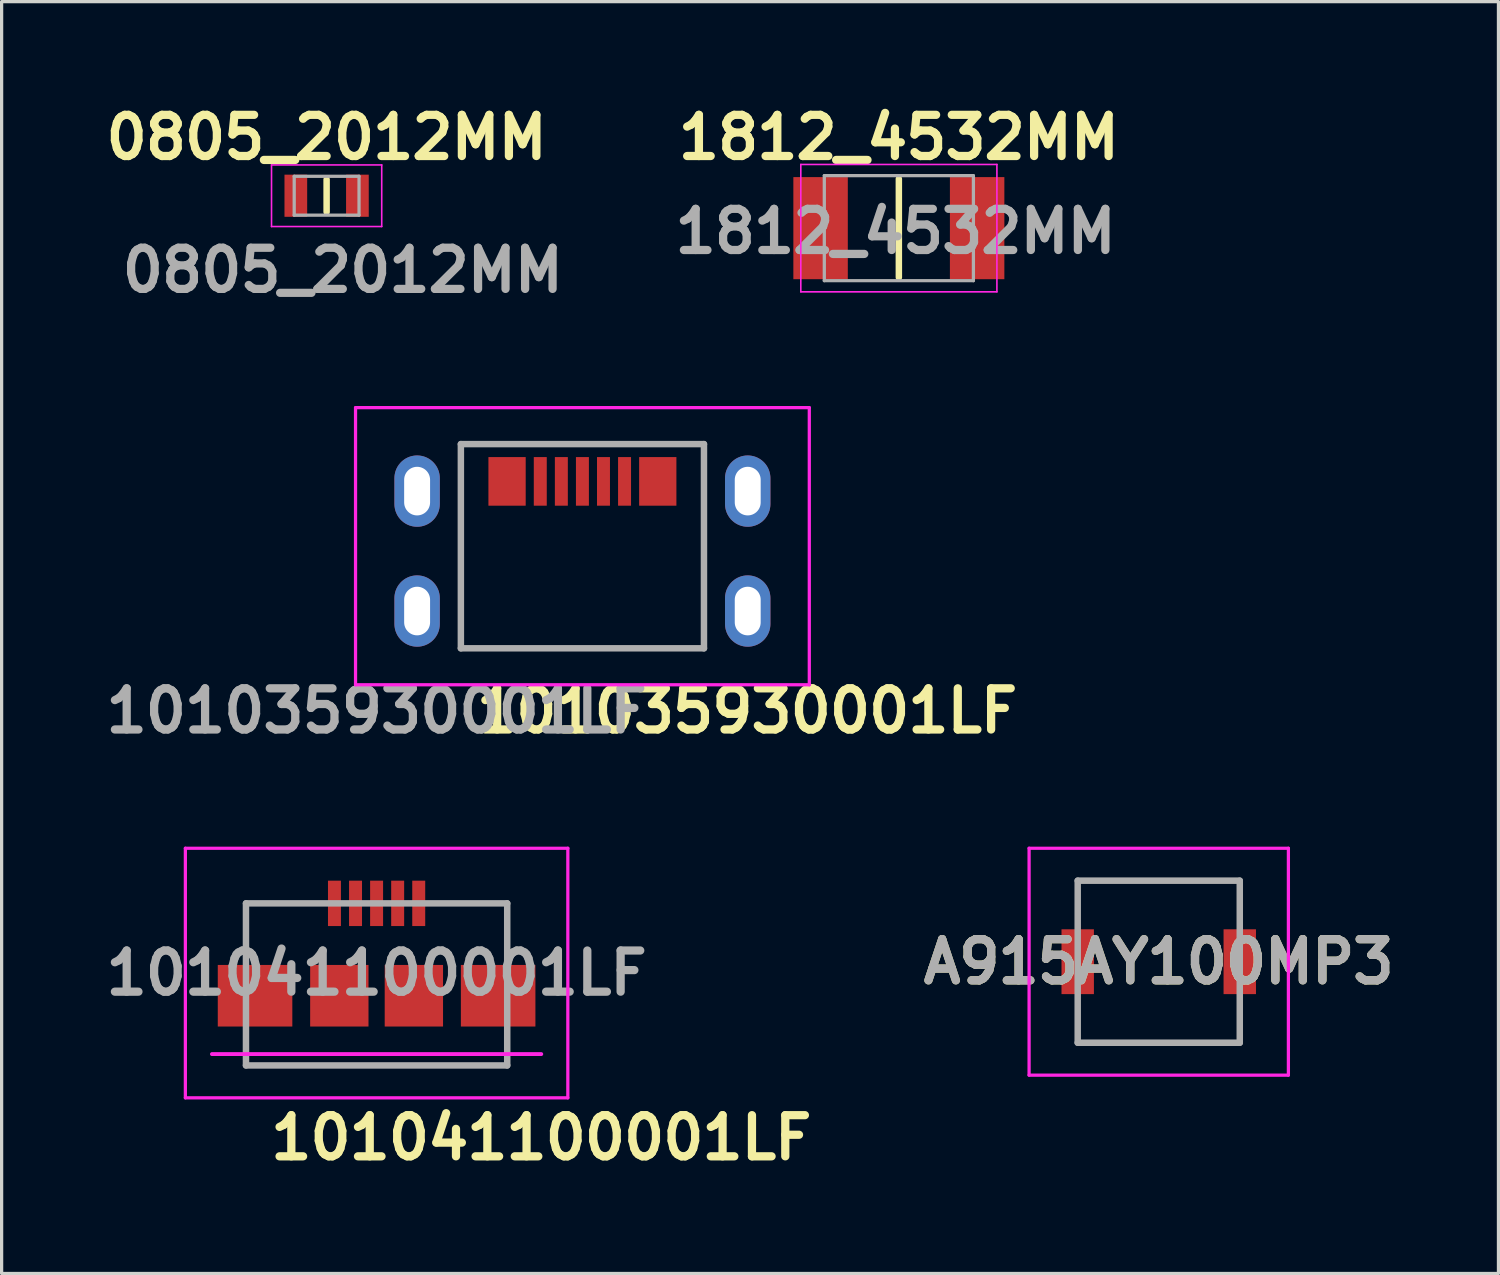
<source format=kicad_pcb>
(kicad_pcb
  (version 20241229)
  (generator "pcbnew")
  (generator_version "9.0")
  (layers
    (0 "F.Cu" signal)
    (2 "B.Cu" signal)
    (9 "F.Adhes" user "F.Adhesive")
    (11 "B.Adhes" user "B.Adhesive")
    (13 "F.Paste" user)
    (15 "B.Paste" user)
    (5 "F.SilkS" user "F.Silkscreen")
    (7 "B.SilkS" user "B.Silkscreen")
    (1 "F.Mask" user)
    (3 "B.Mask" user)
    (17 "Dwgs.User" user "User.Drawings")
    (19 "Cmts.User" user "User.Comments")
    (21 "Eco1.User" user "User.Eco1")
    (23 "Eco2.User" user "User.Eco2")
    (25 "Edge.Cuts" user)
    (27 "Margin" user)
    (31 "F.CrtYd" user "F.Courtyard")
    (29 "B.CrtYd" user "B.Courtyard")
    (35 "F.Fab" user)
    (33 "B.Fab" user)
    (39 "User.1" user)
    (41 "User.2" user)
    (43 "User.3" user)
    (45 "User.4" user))
  (footprint "0805_2012MM"
    (layer "F.Cu")
    (at 7.027 2.989)
    (property "Reference" "0805_2012MM" (at 0 -1.8 0) (layer "F.SilkS") (effects (font (size 1.27 1.27) (thickness 0.254))))
    (attr smd)
    (fp_line (start 0 -0.5) (end 0 0.5) (stroke (width 0.2) (type solid)) (layer "F.SilkS"))
    (fp_line (start -1.7 -0.95) (end 1.7 -0.95) (stroke (width 0.05) (type solid)) (layer "F.CrtYd"))
    (fp_line (start -1.7 0.95) (end -1.7 -0.95) (stroke (width 0.05) (type solid)) (layer "F.CrtYd"))
    (fp_line (start 1.7 -0.95) (end 1.7 0.95) (stroke (width 0.05) (type solid)) (layer "F.CrtYd"))
    (fp_line (start 1.7 0.95) (end -1.7 0.95) (stroke (width 0.05) (type solid)) (layer "F.CrtYd"))
    (fp_line (start -1 -0.6) (end 1 -0.6) (stroke (width 0.1) (type solid)) (layer "F.Fab"))
    (fp_line (start -1 0.6) (end -1 -0.6) (stroke (width 0.1) (type solid)) (layer "F.Fab"))
    (fp_line (start 1 -0.6) (end 1 0.6) (stroke (width 0.1) (type solid)) (layer "F.Fab"))
    (fp_line (start 1 0.6) (end -1 0.6) (stroke (width 0.1) (type solid)) (layer "F.Fab"))
    (fp_text user "${REFERENCE}" (at 0.5 2.3 0) (layer "F.Fab") (effects (font (size 1.27 1.27) (thickness 0.254))))
    (pad "1" smd rect (at -0.95 0) (size 0.7 1.3) (layers "F.Cu" "F.Mask" "F.Paste"))
    (pad "2" smd rect (at 0.95 0) (size 0.7 1.3) (layers "F.Cu" "F.Mask" "F.Paste")))
  (footprint "1812_4532MM"
    (layer "F.Cu")
    (at 24.682 3.989)
    (property "Reference" "1812_4532MM" (at 0 -2.8 0) (layer "F.SilkS") (effects (font (size 1.27 1.27) (thickness 0.254))))
    (attr smd)
    (fp_line (start 0 -1.52) (end 0 1.52) (stroke (width 0.2) (type solid)) (layer "F.SilkS"))
    (fp_line (start -3.025 -1.965) (end 3.025 -1.965) (stroke (width 0.05) (type solid)) (layer "F.CrtYd"))
    (fp_line (start -3.025 1.965) (end -3.025 -1.965) (stroke (width 0.05) (type solid)) (layer "F.CrtYd"))
    (fp_line (start 3.025 -1.965) (end 3.025 1.965) (stroke (width 0.05) (type solid)) (layer "F.CrtYd"))
    (fp_line (start 3.025 1.965) (end -3.025 1.965) (stroke (width 0.05) (type solid)) (layer "F.CrtYd"))
    (fp_line (start -2.3 -1.62) (end 2.3 -1.62) (stroke (width 0.1) (type solid)) (layer "F.Fab"))
    (fp_line (start -2.3 1.62) (end -2.3 -1.62) (stroke (width 0.1) (type solid)) (layer "F.Fab"))
    (fp_line (start 2.3 -1.62) (end 2.3 1.62) (stroke (width 0.1) (type solid)) (layer "F.Fab"))
    (fp_line (start 2.3 1.62) (end -2.3 1.62) (stroke (width 0.1) (type solid)) (layer "F.Fab"))
    (fp_text user "${REFERENCE}" (at -0.1 0.1 0) (layer "F.Fab") (effects (font (size 1.27 1.27) (thickness 0.254))))
    (pad "1" smd rect (at -2.415 0) (size 1.68 3.15) (layers "F.Cu" "F.Mask" "F.Paste"))
    (pad "2" smd rect (at 2.415 0) (size 1.68 3.15) (layers "F.Cu" "F.Mask" "F.Paste")))
  (footprint "101041100001LF"
    (layer "F.Cu")
    (at 8.569 26.971)
    (property "Reference" "101041100001LF" (at 5.08 5.08 0) (layer "F.SilkS") (effects (font (size 1.27 1.27) (thickness 0.254))))
    (attr smd)
    (fp_line (start -4.03 -2.15) (end -2 -2.15) (stroke (width 0.1) (type solid)) (layer "F.SilkS"))
    (fp_line (start -4.03 -0.65) (end -4.03 -2.15) (stroke (width 0.1) (type solid)) (layer "F.SilkS"))
    (fp_line (start -4.03 2.35) (end -4 2.85) (stroke (width 0.1) (type solid)) (layer "F.SilkS"))
    (fp_line (start -4 2.85) (end 4.03 2.85) (stroke (width 0.1) (type solid)) (layer "F.SilkS"))
    (fp_line (start 2 -2.15) (end 4 -2.15) (stroke (width 0.1) (type solid)) (layer "F.SilkS"))
    (fp_line (start 4 -2.15) (end 4.03 -0.65) (stroke (width 0.1) (type solid)) (layer "F.SilkS"))
    (fp_line (start 4.03 2.85) (end 4.03 2.35) (stroke (width 0.1) (type solid)) (layer "F.SilkS"))
    (fp_line (start -5.9 -3.85) (end 5.9 -3.85) (stroke (width 0.1) (type solid)) (layer "F.CrtYd"))
    (fp_line (start -5.9 3.85) (end -5.9 -3.85) (stroke (width 0.1) (type solid)) (layer "F.CrtYd"))
    (fp_line (start -5.08 2.5) (end 5.08 2.5) (stroke (width 0.12) (type solid)) (layer "F.CrtYd"))
    (fp_line (start 5.9 -3.85) (end 5.9 3.85) (stroke (width 0.1) (type solid)) (layer "F.CrtYd"))
    (fp_line (start 5.9 3.85) (end -5.9 3.85) (stroke (width 0.1) (type solid)) (layer "F.CrtYd"))
    (fp_line (start -4.03 -2.15) (end 4.03 -2.15) (stroke (width 0.2) (type solid)) (layer "F.Fab"))
    (fp_line (start -4.03 2.85) (end -4.03 -2.15) (stroke (width 0.2) (type solid)) (layer "F.Fab"))
    (fp_line (start 4.03 -2.15) (end 4.03 2.85) (stroke (width 0.2) (type solid)) (layer "F.Fab"))
    (fp_line (start 4.03 2.85) (end -4.03 2.85) (stroke (width 0.2) (type solid)) (layer "F.Fab"))
    (fp_text user "${REFERENCE}" (at 0 0 0) (layer "F.Fab") (effects (font (size 1.27 1.27) (thickness 0.254))))
    (pad "1" smd rect (at -1.3 -2.15) (size 0.4 1.4) (layers "F.Cu" "F.Mask" "F.Paste"))
    (pad "2" smd rect (at -0.65 -2.15) (size 0.4 1.4) (layers "F.Cu" "F.Mask" "F.Paste"))
    (pad "3" smd rect (at 0 -2.15) (size 0.4 1.4) (layers "F.Cu" "F.Mask" "F.Paste"))
    (pad "4" smd rect (at 0.65 -2.15) (size 0.4 1.4) (layers "F.Cu" "F.Mask" "F.Paste"))
    (pad "5" smd rect (at 1.3 -2.15) (size 0.4 1.4) (layers "F.Cu" "F.Mask" "F.Paste"))
    (pad "MP1" smd rect (at -3.75 0.7 90) (size 1.9 2.3) (layers "F.Cu" "F.Mask" "F.Paste"))
    (pad "MP2" smd rect (at -1.15 0.7) (size 1.8 1.9) (layers "F.Cu" "F.Mask" "F.Paste"))
    (pad "MP3" smd rect (at 1.15 0.7) (size 1.8 1.9) (layers "F.Cu" "F.Mask" "F.Paste"))
    (pad "MP4" smd rect (at 3.75 0.7 90) (size 1.9 2.3) (layers "F.Cu" "F.Mask" "F.Paste")))
  (footprint "A915AY100MP3"
    (layer "F.Cu")
    (at 32.7 26.621)
    (property "Reference" "A915AY100MP3" (at 0 0 0) (layer "F.SilkS") (effects (font (size 1.27 1.27) (thickness 0.254))))
    (attr smd)
    (fp_line (start -2.5 -2.5) (end 2.5 -2.5) (stroke (width 0.1) (type solid)) (layer "F.SilkS"))
    (fp_line (start -2.5 -1.2) (end -2.5 -2.5) (stroke (width 0.1) (type solid)) (layer "F.SilkS"))
    (fp_line (start -2.5 1.2) (end -2.5 2.5) (stroke (width 0.1) (type solid)) (layer "F.SilkS"))
    (fp_line (start -2.5 2.5) (end 2.5 2.5) (stroke (width 0.1) (type solid)) (layer "F.SilkS"))
    (fp_line (start 2.5 -2.5) (end 2.5 -1.2) (stroke (width 0.1) (type solid)) (layer "F.SilkS"))
    (fp_line (start 2.5 2.5) (end 2.5 1.2) (stroke (width 0.1) (type solid)) (layer "F.SilkS"))
    (fp_line (start -4 -3.5) (end 4 -3.5) (stroke (width 0.1) (type solid)) (layer "F.CrtYd"))
    (fp_line (start -4 3.5) (end -4 -3.5) (stroke (width 0.1) (type solid)) (layer "F.CrtYd"))
    (fp_line (start 4 -3.5) (end 4 3.5) (stroke (width 0.1) (type solid)) (layer "F.CrtYd"))
    (fp_line (start 4 3.5) (end -4 3.5) (stroke (width 0.1) (type solid)) (layer "F.CrtYd"))
    (fp_line (start -2.5 -2.5) (end 2.5 -2.5) (stroke (width 0.2) (type solid)) (layer "F.Fab"))
    (fp_line (start -2.5 2.5) (end -2.5 -2.5) (stroke (width 0.2) (type solid)) (layer "F.Fab"))
    (fp_line (start 2.5 -2.5) (end 2.5 2.5) (stroke (width 0.2) (type solid)) (layer "F.Fab"))
    (fp_line (start 2.5 2.5) (end -2.5 2.5) (stroke (width 0.2) (type solid)) (layer "F.Fab"))
    (fp_text user "${REFERENCE}" (at 0 0 0) (layer "F.Fab") (effects (font (size 1.27 1.27) (thickness 0.254))))
    (pad "1" smd rect (at -2.5 0) (size 1 2) (layers "F.Cu" "F.Mask" "F.Paste"))
    (pad "2" smd rect (at 2.5 0) (size 1 2) (layers "F.Cu" "F.Mask" "F.Paste")))
  (footprint "101035930001LF"
    (layer "F.Cu")
    (at 14.919 13.802)
    (property "Reference" "101035930001LF" (at 5.08 5.08 0) (layer "F.SilkS") (effects (font (size 1.27 1.27) (thickness 0.254))))
    (attr through_hole)
    (fp_line (start -3.75 -3.15) (end 3.75 -3.15) (stroke (width 0.1) (type solid)) (layer "F.SilkS"))
    (fp_line (start -3.75 -0.5) (end -3.75 0.5) (stroke (width 0.1) (type solid)) (layer "F.SilkS"))
    (fp_line (start -3.75 3.15) (end 3.75 3.15) (stroke (width 0.1) (type solid)) (layer "F.SilkS"))
    (fp_line (start 3.75 -0.5) (end 3.75 0.5) (stroke (width 0.1) (type solid)) (layer "F.SilkS"))
    (fp_line (start -7 -4.275) (end 7 -4.275) (stroke (width 0.1) (type solid)) (layer "F.CrtYd"))
    (fp_line (start -7 4.275) (end -7 -4.275) (stroke (width 0.1) (type solid)) (layer "F.CrtYd"))
    (fp_line (start 7 -4.275) (end 7 4.275) (stroke (width 0.1) (type solid)) (layer "F.CrtYd"))
    (fp_line (start 7 4.275) (end -7 4.275) (stroke (width 0.1) (type solid)) (layer "F.CrtYd"))
    (fp_line (start -3.75 -3.15) (end 3.75 -3.15) (stroke (width 0.2) (type solid)) (layer "F.Fab"))
    (fp_line (start -3.75 3.15) (end -3.75 -3.15) (stroke (width 0.2) (type solid)) (layer "F.Fab"))
    (fp_line (start 3.75 -3.15) (end 3.75 3.15) (stroke (width 0.2) (type solid)) (layer "F.Fab"))
    (fp_line (start 3.75 3.15) (end -3.75 3.15) (stroke (width 0.2) (type solid)) (layer "F.Fab"))
    (fp_text user "${REFERENCE}" (at -6.35 5.08 0) (layer "F.Fab") (effects (font (size 1.27 1.27) (thickness 0.254))))
    (pad "1" smd rect (at -1.3 -2) (size 0.4 1.5) (layers "F.Cu" "F.Mask" "F.Paste"))
    (pad "2" smd rect (at -0.65 -2) (size 0.4 1.5) (layers "F.Cu" "F.Mask" "F.Paste"))
    (pad "3" smd rect (at 0 -2) (size 0.4 1.5) (layers "F.Cu" "F.Mask" "F.Paste"))
    (pad "4" smd rect (at 0.65 -2) (size 0.4 1.5) (layers "F.Cu" "F.Mask" "F.Paste"))
    (pad "5" smd rect (at 1.3 -2) (size 0.4 1.5) (layers "F.Cu" "F.Mask" "F.Paste"))
    (pad "6" smd rect (at -2.325 -2) (size 1.15 1.5) (layers "F.Cu" "F.Mask" "F.Paste"))
    (pad "7" smd rect (at 2.325 -2) (size 1.15 1.5) (layers "F.Cu" "F.Mask" "F.Paste"))
    (pad "8" thru_hole oval (at -5.1 -1.7) (size 1.4 2.2) (drill oval 0.8 1.5) (layers "*.Cu" "*.Mask"))
    (pad "9" thru_hole oval (at 5.1 -1.7) (size 1.4 2.2) (drill oval 0.8 1.5) (layers "*.Cu" "*.Mask"))
    (pad "10" thru_hole oval (at 5.1 2) (size 1.4 2.2) (drill oval 0.8 1.5) (layers "*.Cu" "*.Mask"))
    (pad "11" thru_hole oval (at -5.1 2) (size 1.4 2.2) (drill oval 0.8 1.5) (layers "*.Cu" "*.Mask")))
  (gr_rect
    (start -3 -3)
    (end 43.181 36.24)
    (stroke (width 0.1) (type default))
    (fill no)
    (layer "Edge.Cuts")))
</source>
